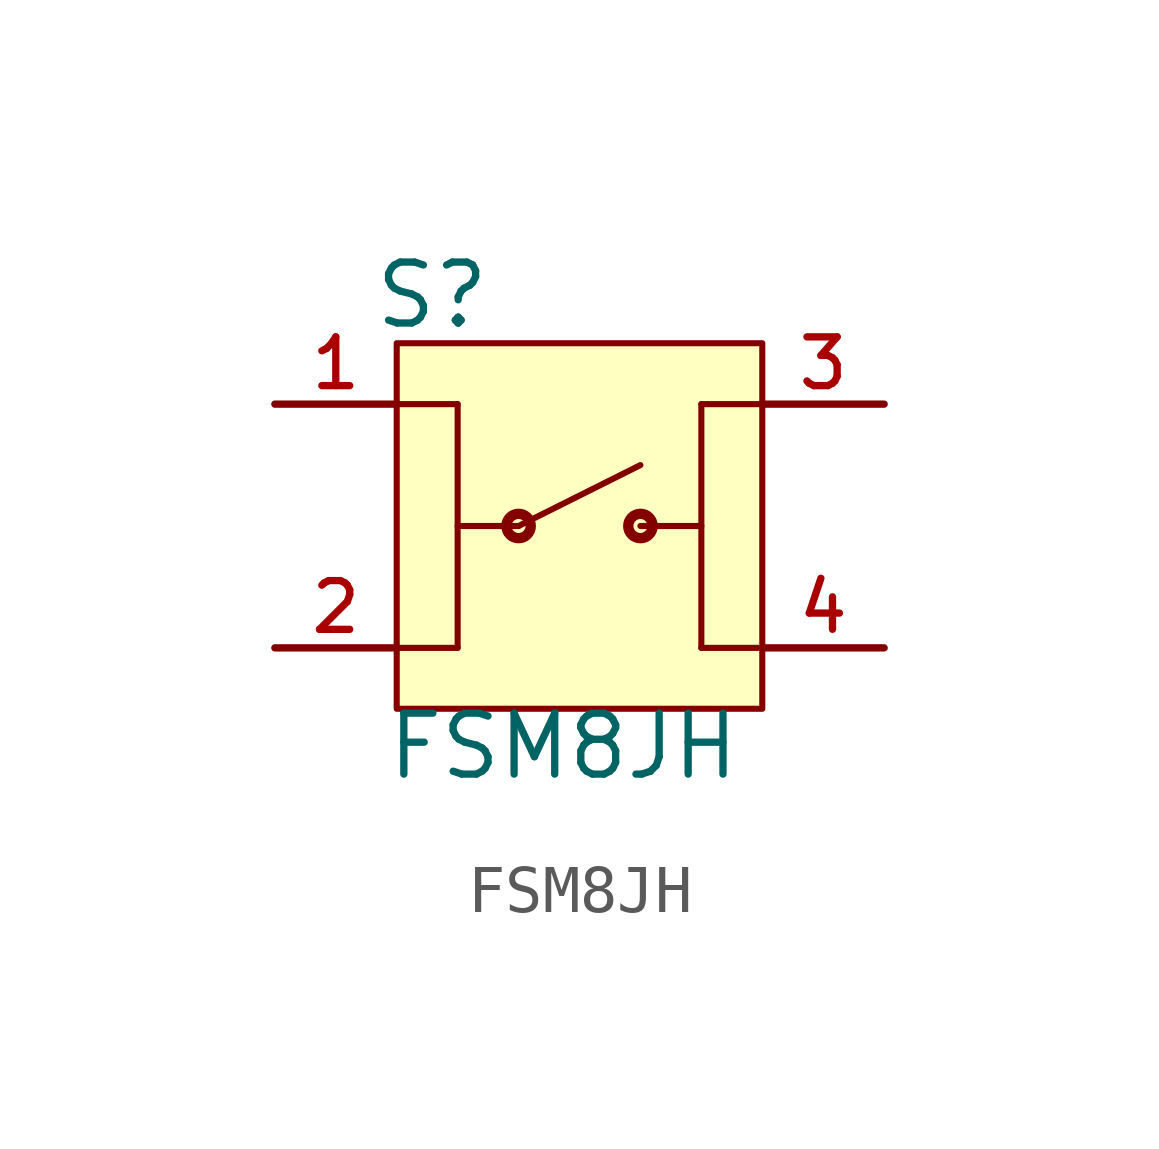
<source format=kicad_sym>
(kicad_symbol_lib
  (version 20231120)
  (generator "kicad_symbol_editor")
  (generator_version "8.0")
  (symbol "FSM8JH"
    (pin_names
      (offset 1.016))
    (property "Reference" "S"
      (at -4.322 4.068 0)
      (effects (font (size 1.27 1.27)) (justify left bottom)))
    (property "Value" "FSM8JH"
      (at -4.064 -5.335 0)
      (effects (font (size 1.27 1.27)) (justify left bottom)))
    (symbol "FSM8JH_0_0"
      (rectangle (start -3.81 -3.81) (end 3.81 3.81) (stroke (width 0.127) (type default)) (fill (type background)))
      (circle (center -1.27 0) (radius 0.254) (stroke (width 0.216) (type default)) (fill (type none)))
      (polyline (pts (xy -3.81 2.54) (xy -2.54 2.54)) (stroke (width 0.127) (type default)) (fill (type none)))
      (polyline (pts (xy -2.54 -2.54) (xy -3.81 -2.54)) (stroke (width 0.127) (type default)) (fill (type none)))
      (polyline (pts (xy -2.54 0) (xy -1.27 0)) (stroke (width 0.127) (type default)) (fill (type none)))
      (polyline (pts (xy -2.54 2.54) (xy -2.54 -2.54)) (stroke (width 0.127) (type default)) (fill (type none)))
      (polyline (pts (xy -1.27 0) (xy 1.27 1.27)) (stroke (width 0.127) (type default)) (fill (type none)))
      (polyline (pts (xy 1.27 0) (xy 2.54 0)) (stroke (width 0.127) (type default)) (fill (type none)))
      (polyline (pts (xy 2.54 -2.54) (xy 3.81 -2.54)) (stroke (width 0.127) (type default)) (fill (type none)))
      (polyline (pts (xy 2.54 2.54) (xy 2.54 -2.54)) (stroke (width 0.127) (type default)) (fill (type none)))
      (polyline (pts (xy 3.81 2.54) (xy 2.54 2.54)) (stroke (width 0.127) (type default)) (fill (type none)))
      (circle (center 1.27 0) (radius 0.254) (stroke (width 0.216) (type default)) (fill (type none)))
      (pin passive line (at -6.35 2.54 0) (length 2.54) (name "~" (effects (font (size 1.016 1.016)))) (number "1" (effects (font (size 1.016 1.016)))))
      (pin passive line (at -6.35 -2.54 0) (length 2.54) (name "~" (effects (font (size 1.016 1.016)))) (number "2" (effects (font (size 1.016 1.016)))))
      (pin passive line (at 6.35 2.54 180) (length 2.54) (name "~" (effects (font (size 1.016 1.016)))) (number "3" (effects (font (size 1.016 1.016)))))
      (pin passive line (at 6.35 -2.54 180) (length 2.54) (name "~" (effects (font (size 1.016 1.016)))) (number "4" (effects (font (size 1.016 1.016))))))))
</source>
